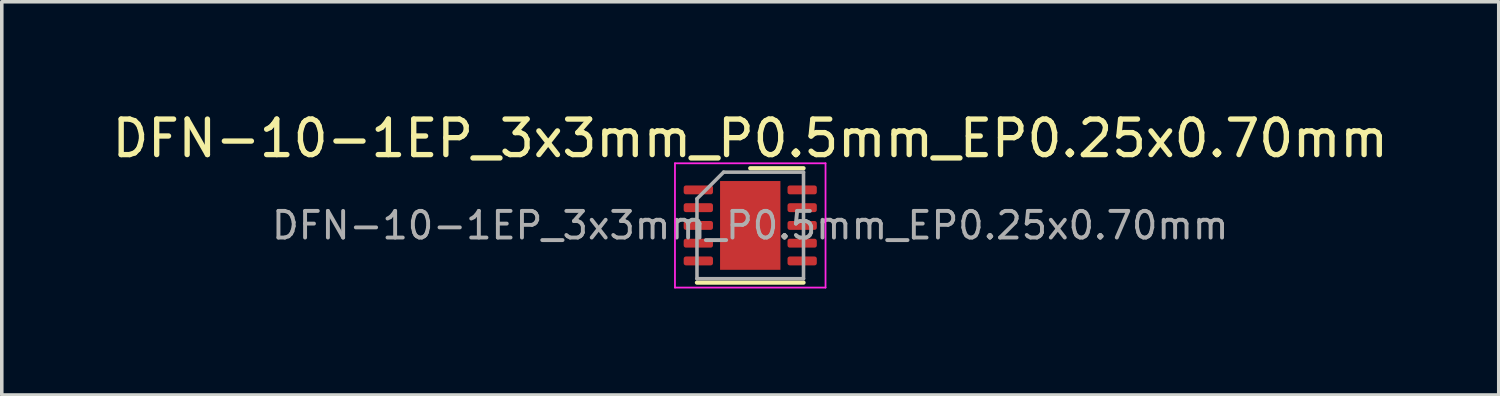
<source format=kicad_pcb>
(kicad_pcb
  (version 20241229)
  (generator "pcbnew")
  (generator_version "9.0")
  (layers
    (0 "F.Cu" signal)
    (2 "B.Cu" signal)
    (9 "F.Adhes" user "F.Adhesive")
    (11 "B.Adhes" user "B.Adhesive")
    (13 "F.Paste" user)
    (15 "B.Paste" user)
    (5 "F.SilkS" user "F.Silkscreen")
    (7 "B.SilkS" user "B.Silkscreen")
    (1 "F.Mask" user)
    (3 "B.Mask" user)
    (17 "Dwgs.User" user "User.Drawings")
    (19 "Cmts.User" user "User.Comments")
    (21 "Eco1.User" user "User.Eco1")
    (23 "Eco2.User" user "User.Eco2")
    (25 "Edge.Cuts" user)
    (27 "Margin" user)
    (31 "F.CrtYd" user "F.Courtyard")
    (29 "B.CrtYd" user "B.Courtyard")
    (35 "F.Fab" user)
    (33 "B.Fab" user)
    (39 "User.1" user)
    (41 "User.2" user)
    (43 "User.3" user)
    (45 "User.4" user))
  (footprint "DFN-10-1EP_3x3mm_P0.5mm_EP0.25x0.70mm"
    (layer "F.Cu")
    (at 18.077 3.298)
    (property "Reference" "DFN-10-1EP_3x3mm_P0.5mm_EP0.25x0.70mm" (at 0 -2.45 0) (layer "F.SilkS") (effects (font (size 1 1) (thickness 0.15))))
    (attr smd)
    (fp_line (start -1.5 1.61) (end 1.5 1.61) (stroke (width 0.12) (type solid)) (layer "F.SilkS"))
    (fp_line (start 0 -1.61) (end 1.5 -1.61) (stroke (width 0.12) (type solid)) (layer "F.SilkS"))
    (fp_line (start -2.12 -1.75) (end -2.12 1.75) (stroke (width 0.05) (type solid)) (layer "F.CrtYd"))
    (fp_line (start -2.12 1.75) (end 2.12 1.75) (stroke (width 0.05) (type solid)) (layer "F.CrtYd"))
    (fp_line (start 2.12 -1.75) (end -2.12 -1.75) (stroke (width 0.05) (type solid)) (layer "F.CrtYd"))
    (fp_line (start 2.12 1.75) (end 2.12 -1.75) (stroke (width 0.05) (type solid)) (layer "F.CrtYd"))
    (fp_line (start -1.5 -0.75) (end -0.75 -1.5) (stroke (width 0.1) (type solid)) (layer "F.Fab"))
    (fp_line (start -1.5 1.5) (end -1.5 -0.75) (stroke (width 0.1) (type solid)) (layer "F.Fab"))
    (fp_line (start -0.75 -1.5) (end 1.5 -1.5) (stroke (width 0.1) (type solid)) (layer "F.Fab"))
    (fp_line (start 1.5 -1.5) (end 1.5 1.5) (stroke (width 0.1) (type solid)) (layer "F.Fab"))
    (fp_line (start 1.5 1.5) (end -1.5 1.5) (stroke (width 0.1) (type solid)) (layer "F.Fab"))
    (fp_text user "${REFERENCE}" (at 0 0 0) (layer "F.Fab") (effects (font (size 0.75 0.75) (thickness 0.11))))
    (pad "" smd roundrect (at -0.425 -0.625) (size 0.69 1.01) (layers "F.Paste") (roundrect_rratio 0.25))
    (pad "" smd roundrect (at -0.425 0.625) (size 0.69 1.01) (layers "F.Paste") (roundrect_rratio 0.25))
    (pad "" smd roundrect (at 0.425 -0.625) (size 0.69 1.01) (layers "F.Paste") (roundrect_rratio 0.25))
    (pad "" smd roundrect (at 0.425 0.625) (size 0.69 1.01) (layers "F.Paste") (roundrect_rratio 0.25))
    (pad "1" smd roundrect (at -1.462 -1) (size 0.825 0.25) (layers "F.Cu" "F.Mask" "F.Paste") (roundrect_rratio 0.25))
    (pad "2" smd roundrect (at -1.462 -0.5) (size 0.825 0.25) (layers "F.Cu" "F.Mask" "F.Paste") (roundrect_rratio 0.25))
    (pad "3" smd roundrect (at -1.462 0) (size 0.825 0.25) (layers "F.Cu" "F.Mask" "F.Paste") (roundrect_rratio 0.25))
    (pad "4" smd roundrect (at -1.462 0.5) (size 0.825 0.25) (layers "F.Cu" "F.Mask" "F.Paste") (roundrect_rratio 0.25))
    (pad "5" smd roundrect (at -1.462 1) (size 0.825 0.25) (layers "F.Cu" "F.Mask" "F.Paste") (roundrect_rratio 0.25))
    (pad "6" smd roundrect (at 1.462 1) (size 0.825 0.25) (layers "F.Cu" "F.Mask" "F.Paste") (roundrect_rratio 0.25))
    (pad "7" smd roundrect (at 1.462 0.5) (size 0.825 0.25) (layers "F.Cu" "F.Mask" "F.Paste") (roundrect_rratio 0.25))
    (pad "8" smd roundrect (at 1.462 0) (size 0.825 0.25) (layers "F.Cu" "F.Mask" "F.Paste") (roundrect_rratio 0.25))
    (pad "9" smd roundrect (at 1.462 -0.5) (size 0.825 0.25) (layers "F.Cu" "F.Mask" "F.Paste") (roundrect_rratio 0.25))
    (pad "10" smd roundrect (at 1.462 -1) (size 0.825 0.25) (layers "F.Cu" "F.Mask" "F.Paste") (roundrect_rratio 0.25))
    (pad "11" smd rect (at 0 0) (size 1.7 2.5) (layers "F.Cu" "F.Mask")))
  (gr_rect
    (start -3 -3)
    (end 39.155 8.073)
    (stroke (width 0.1) (type default))
    (fill no)
    (layer "Edge.Cuts")))
</source>
